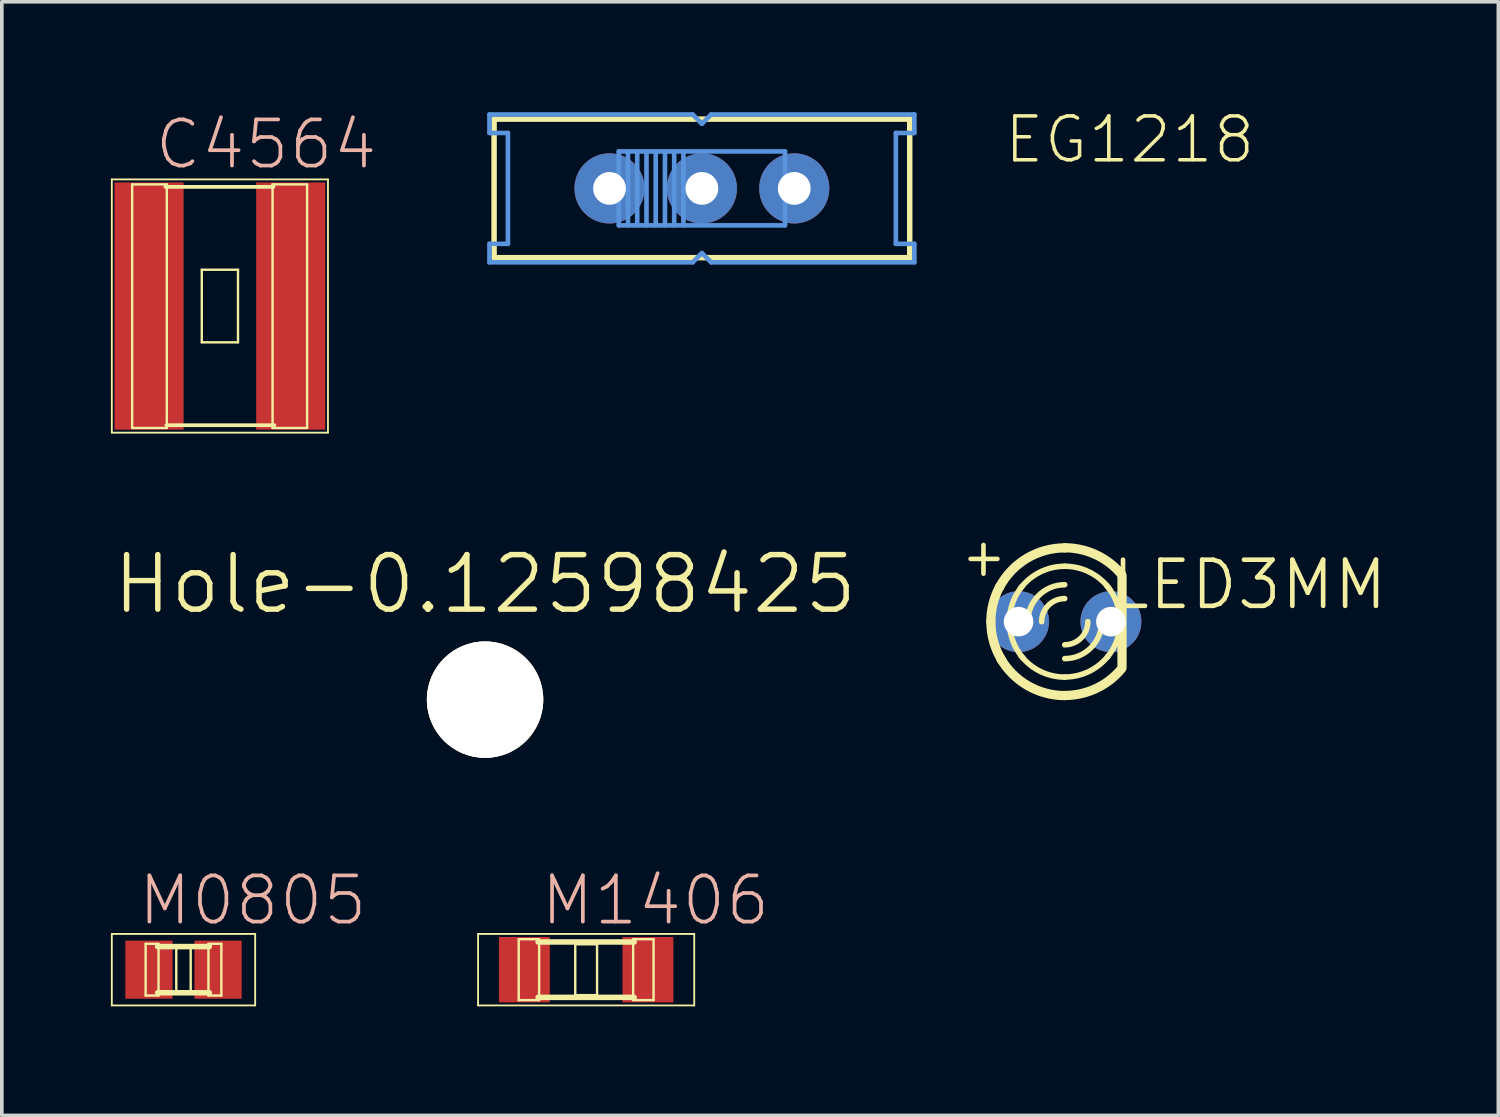
<source format=kicad_pcb>
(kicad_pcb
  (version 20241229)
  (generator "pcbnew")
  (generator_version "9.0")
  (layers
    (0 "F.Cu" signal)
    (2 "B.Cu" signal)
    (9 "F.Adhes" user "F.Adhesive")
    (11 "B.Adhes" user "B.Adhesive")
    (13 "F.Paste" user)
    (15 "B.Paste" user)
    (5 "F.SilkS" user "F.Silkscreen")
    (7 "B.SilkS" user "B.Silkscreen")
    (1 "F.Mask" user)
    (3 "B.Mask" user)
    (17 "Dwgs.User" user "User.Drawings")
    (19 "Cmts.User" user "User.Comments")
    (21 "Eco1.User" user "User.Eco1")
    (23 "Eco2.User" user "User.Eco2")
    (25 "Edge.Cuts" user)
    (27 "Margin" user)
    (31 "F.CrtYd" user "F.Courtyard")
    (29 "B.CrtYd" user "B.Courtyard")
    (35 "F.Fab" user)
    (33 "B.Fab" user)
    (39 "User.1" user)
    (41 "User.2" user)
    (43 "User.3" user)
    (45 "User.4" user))
  (footprint "EG1218"
    (layer "F.Cu")
    (at 16.252 2.131)
    (property "Reference" "EG1218" (at 8.255 -0.635 180) (layer "F.SilkS") (effects (font (size 1.206 1.206) (thickness 0.097)) (justify left bottom)))
    (attr through_hole)
    (fp_line (start -5.715 -1.905) (end 5.715 -1.905) (stroke (width 0.15) (type solid)) (layer "F.SilkS"))
    (fp_line (start -5.715 1.905) (end -5.715 -1.905) (stroke (width 0.15) (type solid)) (layer "F.SilkS"))
    (fp_line (start 5.715 -1.905) (end 5.715 1.905) (stroke (width 0.15) (type solid)) (layer "F.SilkS"))
    (fp_line (start 5.715 1.905) (end -5.715 1.905) (stroke (width 0.15) (type solid)) (layer "F.SilkS"))
    (fp_line (start -5.842 -2.032) (end -0.254 -2.032) (stroke (width 0.127) (type solid)) (layer "Cmts.User"))
    (fp_line (start -5.842 -1.524) (end -5.842 -2.032) (stroke (width 0.127) (type solid)) (layer "Cmts.User"))
    (fp_line (start -5.842 1.524) (end -5.334 1.524) (stroke (width 0.127) (type solid)) (layer "Cmts.User"))
    (fp_line (start -5.842 2.032) (end -5.842 1.524) (stroke (width 0.127) (type solid)) (layer "Cmts.User"))
    (fp_line (start -5.334 -1.524) (end -5.842 -1.524) (stroke (width 0.127) (type solid)) (layer "Cmts.User"))
    (fp_line (start -5.334 1.524) (end -5.334 -1.524) (stroke (width 0.127) (type solid)) (layer "Cmts.User"))
    (fp_line (start -2.286 -1.016) (end 2.286 -1.016) (stroke (width 0.127) (type solid)) (layer "Cmts.User"))
    (fp_line (start -2.286 1.016) (end -2.286 -1.016) (stroke (width 0.127) (type solid)) (layer "Cmts.User"))
    (fp_line (start -2.032 -1.016) (end -2.032 1.016) (stroke (width 0.127) (type solid)) (layer "Cmts.User"))
    (fp_line (start -1.778 1.016) (end -1.778 -1.016) (stroke (width 0.127) (type solid)) (layer "Cmts.User"))
    (fp_line (start -1.524 -1.016) (end -1.524 1.016) (stroke (width 0.127) (type solid)) (layer "Cmts.User"))
    (fp_line (start -1.27 1.016) (end -1.27 -1.016) (stroke (width 0.127) (type solid)) (layer "Cmts.User"))
    (fp_line (start -1.016 -1.016) (end -1.016 1.016) (stroke (width 0.127) (type solid)) (layer "Cmts.User"))
    (fp_line (start -0.762 1.016) (end -0.762 -1.016) (stroke (width 0.127) (type solid)) (layer "Cmts.User"))
    (fp_line (start -0.508 -1.016) (end -0.508 1.016) (stroke (width 0.127) (type solid)) (layer "Cmts.User"))
    (fp_line (start -0.254 -2.032) (end 0 -1.778) (stroke (width 0.127) (type solid)) (layer "Cmts.User"))
    (fp_line (start -0.254 2.032) (end -5.842 2.032) (stroke (width 0.127) (type solid)) (layer "Cmts.User"))
    (fp_line (start 0 -1.778) (end 0.254 -2.032) (stroke (width 0.127) (type solid)) (layer "Cmts.User"))
    (fp_line (start 0 1.778) (end -0.254 2.032) (stroke (width 0.127) (type solid)) (layer "Cmts.User"))
    (fp_line (start 0.254 -2.032) (end 5.842 -2.032) (stroke (width 0.127) (type solid)) (layer "Cmts.User"))
    (fp_line (start 0.254 2.032) (end 0 1.778) (stroke (width 0.127) (type solid)) (layer "Cmts.User"))
    (fp_line (start 2.286 -1.016) (end 2.286 1.016) (stroke (width 0.127) (type solid)) (layer "Cmts.User"))
    (fp_line (start 2.286 1.016) (end -2.286 1.016) (stroke (width 0.127) (type solid)) (layer "Cmts.User"))
    (fp_line (start 5.334 -1.524) (end 5.334 1.524) (stroke (width 0.127) (type solid)) (layer "Cmts.User"))
    (fp_line (start 5.334 1.524) (end 5.842 1.524) (stroke (width 0.127) (type solid)) (layer "Cmts.User"))
    (fp_line (start 5.842 -2.032) (end 5.842 -1.524) (stroke (width 0.127) (type solid)) (layer "Cmts.User"))
    (fp_line (start 5.842 -1.524) (end 5.334 -1.524) (stroke (width 0.127) (type solid)) (layer "Cmts.User"))
    (fp_line (start 5.842 1.524) (end 5.842 2.032) (stroke (width 0.127) (type solid)) (layer "Cmts.User"))
    (fp_line (start 5.842 2.032) (end 0.254 2.032) (stroke (width 0.127) (type solid)) (layer "Cmts.User"))
    (pad "O" thru_hole circle (at -2.54 0) (size 1.93 1.93) (drill 0.9) (layers "*.Cu" "*.Mask"))
    (pad "P" thru_hole circle (at 0 0) (size 1.93 1.93) (drill 0.9) (layers "*.Cu" "*.Mask"))
    (pad "S" thru_hole circle (at 2.54 0) (size 1.93 1.93) (drill 0.9) (layers "*.Cu" "*.Mask")))
  (footprint "M0805"
    (layer "F.Cu")
    (at 1.996 23.616)
    (property "Reference" "M0805" (at 1.905 -1.905 0) (layer "B.SilkS") (effects (font (size 1.27 1.27) (thickness 0.102))))
    (attr smd)
    (fp_line (start -1.971 -0.983) (end 1.971 -0.983) (stroke (width 0.051) (type solid)) (layer "F.SilkS"))
    (fp_line (start -1.971 0.983) (end -1.971 -0.983) (stroke (width 0.051) (type solid)) (layer "F.SilkS"))
    (fp_line (start -1.041 -0.711) (end -0.686 -0.711) (stroke (width 0.066) (type solid)) (layer "F.SilkS"))
    (fp_line (start -1.041 0.711) (end -1.041 -0.711) (stroke (width 0.066) (type solid)) (layer "F.SilkS"))
    (fp_line (start -1.041 0.711) (end -0.686 0.711) (stroke (width 0.066) (type solid)) (layer "F.SilkS"))
    (fp_line (start -0.686 0.711) (end -0.686 -0.711) (stroke (width 0.066) (type solid)) (layer "F.SilkS"))
    (fp_line (start -0.198 -0.599) (end 0.198 -0.599) (stroke (width 0.066) (type solid)) (layer "F.SilkS"))
    (fp_line (start -0.198 0.599) (end -0.198 -0.599) (stroke (width 0.066) (type solid)) (layer "F.SilkS"))
    (fp_line (start -0.198 0.599) (end 0.198 0.599) (stroke (width 0.066) (type solid)) (layer "F.SilkS"))
    (fp_line (start 0.198 0.599) (end 0.198 -0.599) (stroke (width 0.066) (type solid)) (layer "F.SilkS"))
    (fp_line (start 0.686 -0.711) (end 1.041 -0.711) (stroke (width 0.066) (type solid)) (layer "F.SilkS"))
    (fp_line (start 0.686 0.711) (end 0.686 -0.711) (stroke (width 0.066) (type solid)) (layer "F.SilkS"))
    (fp_line (start 0.686 0.711) (end 1.041 0.711) (stroke (width 0.066) (type solid)) (layer "F.SilkS"))
    (fp_line (start 0.711 -0.635) (end -0.711 -0.635) (stroke (width 0.152) (type solid)) (layer "F.SilkS"))
    (fp_line (start 0.711 0.635) (end -0.711 0.635) (stroke (width 0.152) (type solid)) (layer "F.SilkS"))
    (fp_line (start 1.041 0.711) (end 1.041 -0.711) (stroke (width 0.066) (type solid)) (layer "F.SilkS"))
    (fp_line (start 1.971 -0.983) (end 1.971 0.983) (stroke (width 0.051) (type solid)) (layer "F.SilkS"))
    (fp_line (start 1.971 0.983) (end -1.971 0.983) (stroke (width 0.051) (type solid)) (layer "F.SilkS"))
    (pad "1" smd rect (at -0.95 0) (size 1.298 1.598) (layers "F.Cu" "F.Mask" "F.Paste"))
    (pad "2" smd rect (at 0.95 0) (size 1.298 1.598) (layers "F.Cu" "F.Mask" "F.Paste")))
  (footprint "M1406"
    (layer "F.Cu")
    (at 13.069 23.616)
    (property "Reference" "M1406" (at 1.905 -1.905 0) (layer "B.SilkS") (effects (font (size 1.27 1.27) (thickness 0.102))))
    (attr smd)
    (fp_line (start -2.972 -0.983) (end 2.972 -0.983) (stroke (width 0.051) (type solid)) (layer "F.SilkS"))
    (fp_line (start -2.972 0.983) (end -2.972 -0.983) (stroke (width 0.051) (type solid)) (layer "F.SilkS"))
    (fp_line (start -1.854 -0.838) (end -1.293 -0.838) (stroke (width 0.066) (type solid)) (layer "F.SilkS"))
    (fp_line (start -1.854 0.838) (end -1.854 -0.838) (stroke (width 0.066) (type solid)) (layer "F.SilkS"))
    (fp_line (start -1.854 0.838) (end -1.293 0.838) (stroke (width 0.066) (type solid)) (layer "F.SilkS"))
    (fp_line (start -1.293 0.838) (end -1.293 -0.838) (stroke (width 0.066) (type solid)) (layer "F.SilkS"))
    (fp_line (start -0.3 -0.699) (end 0.3 -0.699) (stroke (width 0.066) (type solid)) (layer "F.SilkS"))
    (fp_line (start -0.3 0.699) (end -0.3 -0.699) (stroke (width 0.066) (type solid)) (layer "F.SilkS"))
    (fp_line (start -0.3 0.699) (end 0.3 0.699) (stroke (width 0.066) (type solid)) (layer "F.SilkS"))
    (fp_line (start 0.3 0.699) (end 0.3 -0.699) (stroke (width 0.066) (type solid)) (layer "F.SilkS"))
    (fp_line (start 1.293 -0.838) (end 1.854 -0.838) (stroke (width 0.066) (type solid)) (layer "F.SilkS"))
    (fp_line (start 1.293 0.838) (end 1.293 -0.838) (stroke (width 0.066) (type solid)) (layer "F.SilkS"))
    (fp_line (start 1.293 0.838) (end 1.854 0.838) (stroke (width 0.066) (type solid)) (layer "F.SilkS"))
    (fp_line (start 1.321 -0.762) (end -1.321 -0.762) (stroke (width 0.152) (type solid)) (layer "F.SilkS"))
    (fp_line (start 1.321 0.762) (end -1.321 0.762) (stroke (width 0.152) (type solid)) (layer "F.SilkS"))
    (fp_line (start 1.854 0.838) (end 1.854 -0.838) (stroke (width 0.066) (type solid)) (layer "F.SilkS"))
    (fp_line (start 2.972 -0.983) (end 2.972 0.983) (stroke (width 0.051) (type solid)) (layer "F.SilkS"))
    (fp_line (start 2.972 0.983) (end -2.972 0.983) (stroke (width 0.051) (type solid)) (layer "F.SilkS"))
    (pad "1" smd rect (at -1.699 0) (size 1.4 1.798) (layers "F.Cu" "F.Mask" "F.Paste"))
    (pad "2" smd rect (at 1.699 0) (size 1.4 1.798) (layers "F.Cu" "F.Mask" "F.Paste")))
  (footprint "C4564"
    (layer "F.Cu")
    (at 2.997 5.366)
    (property "Reference" "C4564" (at 1.27 -4.445 0) (layer "B.SilkS") (effects (font (size 1.27 1.27) (thickness 0.102))))
    (attr smd)
    (fp_line (start -2.972 -3.482) (end 2.972 -3.482) (stroke (width 0.051) (type solid)) (layer "F.SilkS"))
    (fp_line (start -2.972 3.482) (end -2.972 -3.482) (stroke (width 0.051) (type solid)) (layer "F.SilkS"))
    (fp_line (start -2.413 -3.345) (end -1.46 -3.345) (stroke (width 0.066) (type solid)) (layer "F.SilkS"))
    (fp_line (start -2.413 3.353) (end -2.413 -3.345) (stroke (width 0.066) (type solid)) (layer "F.SilkS"))
    (fp_line (start -2.413 3.353) (end -1.46 3.353) (stroke (width 0.066) (type solid)) (layer "F.SilkS"))
    (fp_line (start -1.499 -3.277) (end 1.473 -3.277) (stroke (width 0.102) (type solid)) (layer "F.SilkS"))
    (fp_line (start -1.473 3.277) (end 1.499 3.277) (stroke (width 0.102) (type solid)) (layer "F.SilkS"))
    (fp_line (start -1.46 3.353) (end -1.46 -3.345) (stroke (width 0.066) (type solid)) (layer "F.SilkS"))
    (fp_line (start -0.498 -0.998) (end 0.498 -0.998) (stroke (width 0.066) (type solid)) (layer "F.SilkS"))
    (fp_line (start -0.498 0.998) (end -0.498 -0.998) (stroke (width 0.066) (type solid)) (layer "F.SilkS"))
    (fp_line (start -0.498 0.998) (end 0.498 0.998) (stroke (width 0.066) (type solid)) (layer "F.SilkS"))
    (fp_line (start 0.498 0.998) (end 0.498 -0.998) (stroke (width 0.066) (type solid)) (layer "F.SilkS"))
    (fp_line (start 1.448 -3.345) (end 2.398 -3.345) (stroke (width 0.066) (type solid)) (layer "F.SilkS"))
    (fp_line (start 1.448 3.353) (end 1.448 -3.345) (stroke (width 0.066) (type solid)) (layer "F.SilkS"))
    (fp_line (start 1.448 3.353) (end 2.398 3.353) (stroke (width 0.066) (type solid)) (layer "F.SilkS"))
    (fp_line (start 2.398 3.353) (end 2.398 -3.345) (stroke (width 0.066) (type solid)) (layer "F.SilkS"))
    (fp_line (start 2.972 -3.482) (end 2.972 3.482) (stroke (width 0.051) (type solid)) (layer "F.SilkS"))
    (fp_line (start 2.972 3.482) (end -2.972 3.482) (stroke (width 0.051) (type solid)) (layer "F.SilkS"))
    (pad "1" smd rect (at -1.948 0) (size 1.9 6.8) (layers "F.Cu" "F.Mask" "F.Paste"))
    (pad "2" smd rect (at 1.948 0) (size 1.9 6.8) (layers "F.Cu" "F.Mask" "F.Paste")))
  (footprint "Hole-0.12598425"
    (layer "F.Cu")
    (at 10.289 16.19)
    (property "Reference" "Hole-0.12598425" (at 0 -3.175 0) (layer "F.SilkS") (effects (font (size 1.5 1.5) (thickness 0.15))))
    (attr through_hole)
    (pad "1" thru_hole circle (at 0 0) (size 3.2 3.2) (drill 3.2) (layers "*.Cu" "*.Mask" "F.SilkS")))
  (footprint "LED3MM"
    (layer "F.Cu")
    (at 26.23 14.046)
    (property "Reference" "LED3MM" (at 5.08 -1.016 0) (layer "F.SilkS") (effects (font (size 1.27 1.27) (thickness 0.127))))
    (attr exclude_from_pos_files exclude_from_bom)
    (fp_line (start -2.588 -1.727) (end -1.854 -1.727) (stroke (width 0.127) (type solid)) (layer "F.SilkS"))
    (fp_line (start -2.235 -1.321) (end -2.235 -2.108) (stroke (width 0.127) (type solid)) (layer "F.SilkS"))
    (fp_line (start 1.575 1.27) (end 1.575 -1.27) (stroke (width 0.254) (type solid)) (layer "F.SilkS"))
    (fp_arc (start -2.032 0) (mid -1.970347 -0.496745) (end -1.78913 -0.963347) (stroke (width 0.254) (type solid)) (layer "F.SilkS"))
    (fp_arc (start -1.7907 -0.95504) (mid -1.044567 -1.739997) (end -0.000975 -2.02946) (stroke (width 0.254) (type solid)) (layer "F.SilkS"))
    (fp_arc (start -1.72974 1.06426) (mid -1.954164 0.553076) (end -2.030923 0.0001) (stroke (width 0.254) (type solid)) (layer "F.SilkS"))
    (fp_arc (start -1.524 0) (mid -1.432999 -0.518738) (end -1.170864 -0.975527) (stroke (width 0.1524) (type solid)) (layer "F.SilkS"))
    (fp_arc (start -1.2192 -0.9144) (mid -0.681912 -1.362928) (end -0.000801 -1.524) (stroke (width 0.1524) (type solid)) (layer "F.SilkS"))
    (fp_arc (start -1.13792 1.01092) (mid -1.422742 0.540951) (end -1.522111 0.000469) (stroke (width 0.1524) (type solid)) (layer "F.SilkS"))
    (fp_arc (start -1.016 0) (mid -0.71842 -0.71842) (end 0 -1.016) (stroke (width 0.1524) (type solid)) (layer "F.SilkS"))
    (fp_arc (start -0.635 0) (mid -0.449013 -0.449013) (end 0 -0.635) (stroke (width 0.1524) (type solid)) (layer "F.SilkS"))
    (fp_arc (start 0 -2.032) (mid 0.860367 -1.840867) (end 1.55888 -1.303426) (stroke (width 0.254) (type solid)) (layer "F.SilkS"))
    (fp_arc (start 0 -1.524) (mid 0.696618 -1.35547) (end 1.239166 -0.887155) (stroke (width 0.1524) (type solid)) (layer "F.SilkS"))
    (fp_arc (start 0 1.524) (mid -0.669273 1.369179) (end -1.202564 0.936171) (stroke (width 0.1524) (type solid)) (layer "F.SilkS"))
    (fp_arc (start 0 2.032) (mid -1.01907 1.757988) (end -1.763299 1.009851) (stroke (width 0.254) (type solid)) (layer "F.SilkS"))
    (fp_arc (start 0.635 0) (mid 0.449013 0.449013) (end 0 0.635) (stroke (width 0.1524) (type solid)) (layer "F.SilkS"))
    (fp_arc (start 1.016 0) (mid 0.71842 0.71842) (end 0 1.016) (stroke (width 0.1524) (type solid)) (layer "F.SilkS"))
    (fp_arc (start 1.1557 -0.9906) (mid 1.427593 -0.528119) (end 1.522147 -0.000034) (stroke (width 0.1524) (type solid)) (layer "F.SilkS"))
    (fp_arc (start 1.20142 0.93472) (mid 0.668882 1.367373) (end 0.000442 1.522206) (stroke (width 0.1524) (type solid)) (layer "F.SilkS"))
    (fp_arc (start 1.524 0) (mid 1.432999 0.518738) (end 1.170864 0.975527) (stroke (width 0.1524) (type solid)) (layer "F.SilkS"))
    (fp_arc (start 1.5494 1.31064) (mid 0.855154 1.840416) (end 0.002552 2.029387) (stroke (width 0.254) (type solid)) (layer "F.SilkS"))
    (pad "A" thru_hole circle (at -1.27 0) (size 1.676 1.676) (drill 0.813) (layers "*.Cu" "*.Mask"))
    (pad "K" thru_hole circle (at 1.27 0) (size 1.676 1.676) (drill 0.813) (layers "*.Cu" "*.Mask")))
  (gr_rect
    (start -3 -3)
    (end 38.154 27.624)
    (stroke (width 0.1) (type default))
    (fill no)
    (layer "Edge.Cuts")))
</source>
